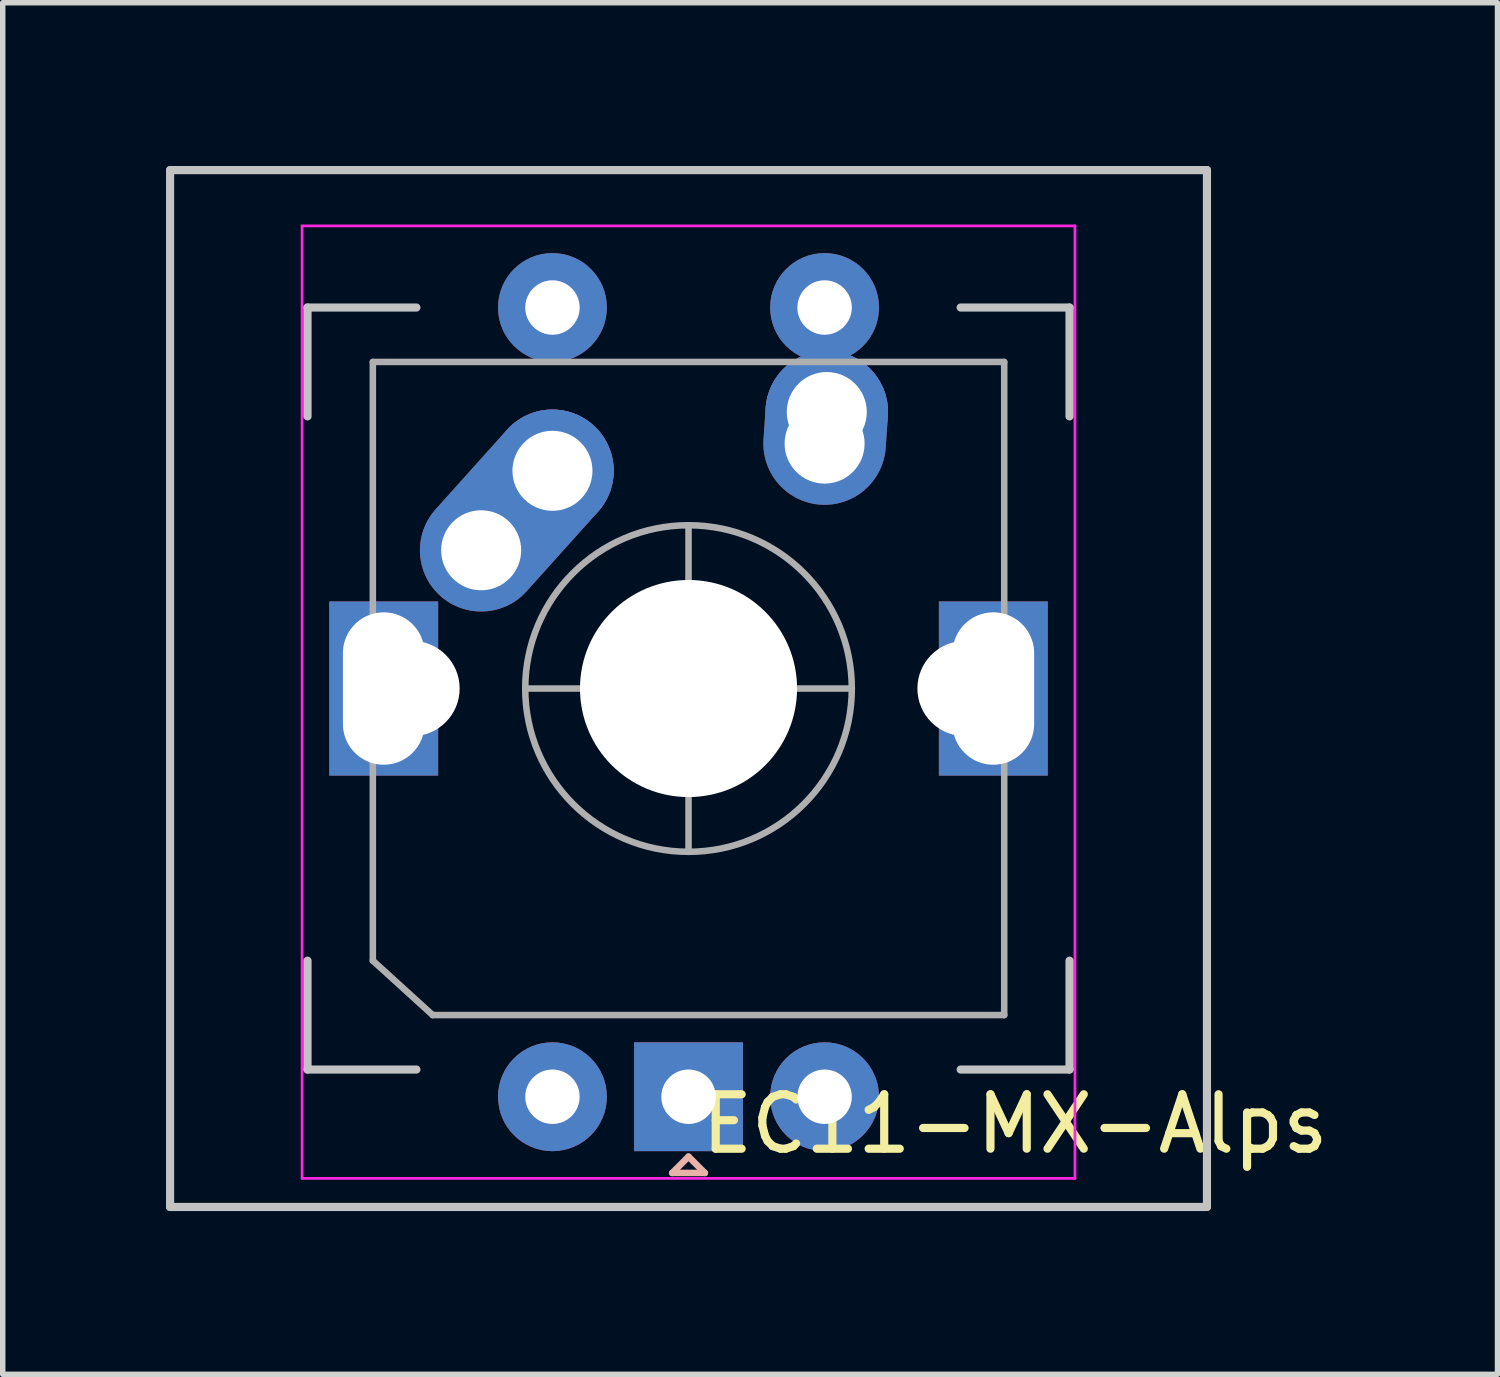
<source format=kicad_pcb>
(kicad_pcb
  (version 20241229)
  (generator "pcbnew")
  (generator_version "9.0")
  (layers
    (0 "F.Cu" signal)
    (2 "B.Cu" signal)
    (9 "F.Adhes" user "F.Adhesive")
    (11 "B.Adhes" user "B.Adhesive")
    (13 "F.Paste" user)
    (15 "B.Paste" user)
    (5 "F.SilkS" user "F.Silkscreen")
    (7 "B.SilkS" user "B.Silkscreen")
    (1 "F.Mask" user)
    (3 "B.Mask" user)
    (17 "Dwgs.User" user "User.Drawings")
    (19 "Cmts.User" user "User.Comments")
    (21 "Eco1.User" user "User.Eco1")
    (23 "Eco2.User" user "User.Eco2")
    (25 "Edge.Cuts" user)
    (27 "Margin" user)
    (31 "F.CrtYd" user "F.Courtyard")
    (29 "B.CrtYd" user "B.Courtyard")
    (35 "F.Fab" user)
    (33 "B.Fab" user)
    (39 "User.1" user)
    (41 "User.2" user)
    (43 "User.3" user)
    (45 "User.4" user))
  (footprint "EC11-MX-Alps"
    (layer "F.Cu")
    (at 9.6 9.6)
    (property "Reference" "EC11-MX-Alps" (at 6 8 180) (layer "F.SilkS") (effects (font (size 1 1) (thickness 0.15))))
    (attr through_hole)
    (fp_line (start -0.3 8.9) (end 0 8.6) (stroke (width 0.12) (type solid)) (layer "B.SilkS"))
    (fp_line (start 0 8.6) (end 0.3 8.9) (stroke (width 0.12) (type solid)) (layer "B.SilkS"))
    (fp_line (start 0.3 8.9) (end -0.3 8.9) (stroke (width 0.12) (type solid)) (layer "B.SilkS"))
    (fp_line (start -9.525 -9.525) (end 9.525 -9.525) (stroke (width 0.15) (type solid)) (layer "Dwgs.User"))
    (fp_line (start -9.525 9.525) (end -9.525 -9.525) (stroke (width 0.15) (type solid)) (layer "Dwgs.User"))
    (fp_line (start -7 -7) (end -7 -5) (stroke (width 0.15) (type solid)) (layer "Dwgs.User"))
    (fp_line (start -7 5) (end -7 7) (stroke (width 0.15) (type solid)) (layer "Dwgs.User"))
    (fp_line (start -7 7) (end -5 7) (stroke (width 0.15) (type solid)) (layer "Dwgs.User"))
    (fp_line (start -5 -7) (end -7 -7) (stroke (width 0.15) (type solid)) (layer "Dwgs.User"))
    (fp_line (start 5 -7) (end 7 -7) (stroke (width 0.15) (type solid)) (layer "Dwgs.User"))
    (fp_line (start 5 7) (end 7 7) (stroke (width 0.15) (type solid)) (layer "Dwgs.User"))
    (fp_line (start 7 -7) (end 7 -5) (stroke (width 0.15) (type solid)) (layer "Dwgs.User"))
    (fp_line (start 7 7) (end 7 5) (stroke (width 0.15) (type solid)) (layer "Dwgs.User"))
    (fp_line (start 9.525 -9.525) (end 9.525 9.525) (stroke (width 0.15) (type solid)) (layer "Dwgs.User"))
    (fp_line (start 9.525 9.525) (end -9.525 9.525) (stroke (width 0.15) (type solid)) (layer "Dwgs.User"))
    (fp_line (start -7.1 9) (end -7.1 -8.5) (stroke (width 0.05) (type solid)) (layer "F.CrtYd"))
    (fp_line (start -7.1 9) (end 7.1 9) (stroke (width 0.05) (type solid)) (layer "F.CrtYd"))
    (fp_line (start 7.1 -8.5) (end -7.1 -8.5) (stroke (width 0.05) (type solid)) (layer "F.CrtYd"))
    (fp_line (start 7.1 -8.5) (end 7.1 9) (stroke (width 0.05) (type solid)) (layer "F.CrtYd"))
    (fp_line (start -5.8 -6) (end 5.8 -6) (stroke (width 0.12) (type solid)) (layer "F.Fab"))
    (fp_line (start -5.8 5) (end -5.8 -6) (stroke (width 0.12) (type solid)) (layer "F.Fab"))
    (fp_line (start -4.7 6) (end -5.8 5) (stroke (width 0.12) (type solid)) (layer "F.Fab"))
    (fp_line (start -3 0) (end 3 0) (stroke (width 0.12) (type solid)) (layer "F.Fab"))
    (fp_line (start 0 3) (end 0 -3) (stroke (width 0.12) (type solid)) (layer "F.Fab"))
    (fp_line (start 5.8 -6) (end 5.8 6) (stroke (width 0.12) (type solid)) (layer "F.Fab"))
    (fp_line (start 5.8 6) (end -4.7 6) (stroke (width 0.12) (type solid)) (layer "F.Fab"))
    (fp_circle (center 0 0) (end 0 -3) (stroke (width 0.12) (type solid)) (fill no) (layer "F.Fab"))
    (pad "" np_thru_hole circle (at -5.08 0 48.1) (size 1.75 1.75) (drill 1.75) (layers "*.Cu" "*.Mask"))
    (pad "" np_thru_hole circle (at 0 0) (size 3.988 3.988) (drill 3.988) (layers "*.Cu" "*.Mask"))
    (pad "" np_thru_hole circle (at 5.08 0 48.1) (size 1.75 1.75) (drill 1.75) (layers "*.Cu" "*.Mask"))
    (pad "1" thru_hole oval (at -3.81 -2.54 48.1) (size 4.212 2.25) (drill 1.47 (offset 0.981 0)) (layers "*.Cu" "B.Mask"))
    (pad "1" thru_hole circle (at -2.5 -7 90) (size 2 2) (drill 1) (layers "*.Cu" "B.Mask"))
    (pad "1" thru_hole circle (at -2.5 -4) (size 2.25 2.25) (drill 1.47) (layers "*.Cu" "B.Mask"))
    (pad "2" thru_hole circle (at 2.5 -7 90) (size 2 2) (drill 1) (layers "*.Cu" "B.Mask"))
    (pad "2" thru_hole oval (at 2.5 -4.5 86.055) (size 2.831 2.25) (drill 1.47 (offset 0.291 0)) (layers "*.Cu" "B.Mask"))
    (pad "2" thru_hole circle (at 2.54 -5.08) (size 2.25 2.25) (drill 1.47) (layers "*.Cu" "B.Mask"))
    (pad "A" thru_hole circle (at -2.5 7.5 90) (size 2 2) (drill 1) (layers "*.Cu" "B.Mask"))
    (pad "B" thru_hole circle (at 2.5 7.5 90) (size 2 2) (drill 1) (layers "*.Cu" "B.Mask"))
    (pad "C" thru_hole rect (at 0 7.5 90) (size 2 2) (drill 1) (layers "*.Cu" "B.Mask"))
    (pad "MP" thru_hole rect (at -5.6 0 90) (size 3.2 2) (drill oval 2.8 1.5) (layers "*.Cu" "B.Mask"))
    (pad "MP" thru_hole rect (at 5.6 0 90) (size 3.2 2) (drill oval 2.8 1.5) (layers "*.Cu" "B.Mask")))
  (gr_rect
    (start -3 -3)
    (end 24.463 22.2)
    (stroke (width 0.1) (type default))
    (fill no)
    (layer "Edge.Cuts")))
</source>
